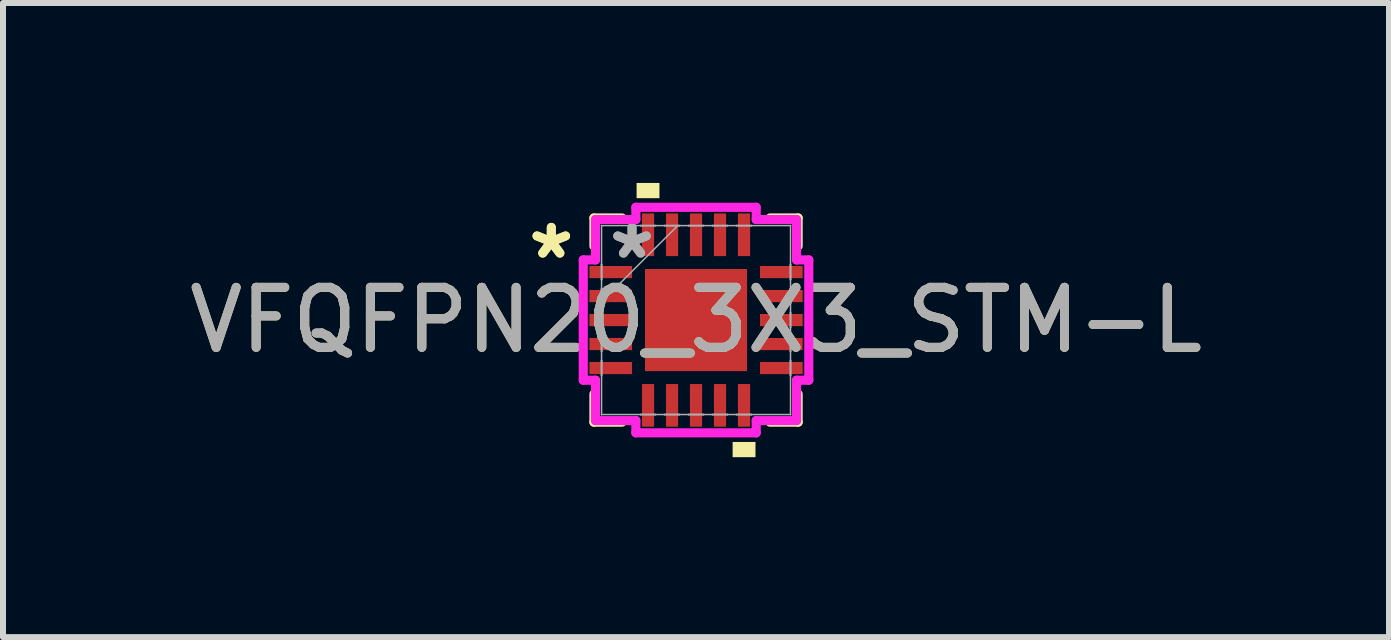
<source format=kicad_pcb>
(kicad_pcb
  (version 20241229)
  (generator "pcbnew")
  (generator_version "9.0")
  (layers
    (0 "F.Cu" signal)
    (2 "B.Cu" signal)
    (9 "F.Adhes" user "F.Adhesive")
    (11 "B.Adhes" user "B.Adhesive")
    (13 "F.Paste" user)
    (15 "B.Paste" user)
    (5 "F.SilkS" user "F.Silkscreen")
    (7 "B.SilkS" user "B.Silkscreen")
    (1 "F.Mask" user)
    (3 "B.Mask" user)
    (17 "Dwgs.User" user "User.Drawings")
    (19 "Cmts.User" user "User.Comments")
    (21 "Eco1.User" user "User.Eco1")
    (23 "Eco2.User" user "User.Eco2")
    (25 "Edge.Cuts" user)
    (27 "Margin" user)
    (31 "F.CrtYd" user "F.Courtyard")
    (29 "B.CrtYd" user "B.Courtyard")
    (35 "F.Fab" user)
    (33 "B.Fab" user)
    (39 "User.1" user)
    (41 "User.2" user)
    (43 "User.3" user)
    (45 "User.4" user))
  (footprint "VFQFPN20_3X3_STM-L"
    (layer "F.Cu")
    (at 8.554 2.286)
    (property "Reference" "VFQFPN20_3X3_STM-L" (at 0 0 0) (unlocked yes) (layer "F.SilkS") (effects (font (size 1 1) (thickness 0.15))))
    (attr smd)
    (fp_line (start -1.702 -1.702) (end -1.702 -1.234) (stroke (width 0.152) (type solid)) (layer "F.SilkS"))
    (fp_line (start -1.702 1.234) (end -1.702 1.702) (stroke (width 0.152) (type solid)) (layer "F.SilkS"))
    (fp_line (start -1.702 1.702) (end -1.234 1.702) (stroke (width 0.152) (type solid)) (layer "F.SilkS"))
    (fp_line (start -1.234 -1.702) (end -1.702 -1.702) (stroke (width 0.152) (type solid)) (layer "F.SilkS"))
    (fp_line (start 1.234 1.702) (end 1.702 1.702) (stroke (width 0.152) (type solid)) (layer "F.SilkS"))
    (fp_line (start 1.702 -1.702) (end 1.234 -1.702) (stroke (width 0.152) (type solid)) (layer "F.SilkS"))
    (fp_line (start 1.702 -1.234) (end 1.702 -1.702) (stroke (width 0.152) (type solid)) (layer "F.SilkS"))
    (fp_line (start 1.702 1.702) (end 1.702 1.234) (stroke (width 0.152) (type solid)) (layer "F.SilkS"))
    (fp_poly (pts (xy -0.991 -2.032) (xy -0.991 -2.286) (xy -0.61 -2.286) (xy -0.61 -2.032)) (stroke (width 0) (type solid)) (fill yes) (layer "F.SilkS"))
    (fp_poly (pts (xy 0.61 2.032) (xy 0.61 2.286) (xy 0.991 2.286) (xy 0.991 2.032)) (stroke (width 0) (type solid)) (fill yes) (layer "F.SilkS"))
    (fp_line (start -1.88 -1.003) (end -1.676 -1.003) (stroke (width 0.152) (type solid)) (layer "F.CrtYd"))
    (fp_line (start -1.88 1.003) (end -1.88 -1.003) (stroke (width 0.152) (type solid)) (layer "F.CrtYd"))
    (fp_line (start -1.676 -1.676) (end -1.003 -1.676) (stroke (width 0.152) (type solid)) (layer "F.CrtYd"))
    (fp_line (start -1.676 -1.003) (end -1.676 -1.676) (stroke (width 0.152) (type solid)) (layer "F.CrtYd"))
    (fp_line (start -1.676 1.003) (end -1.88 1.003) (stroke (width 0.152) (type solid)) (layer "F.CrtYd"))
    (fp_line (start -1.676 1.676) (end -1.676 1.003) (stroke (width 0.152) (type solid)) (layer "F.CrtYd"))
    (fp_line (start -1.003 -1.88) (end 1.003 -1.88) (stroke (width 0.152) (type solid)) (layer "F.CrtYd"))
    (fp_line (start -1.003 -1.676) (end -1.003 -1.88) (stroke (width 0.152) (type solid)) (layer "F.CrtYd"))
    (fp_line (start -1.003 1.676) (end -1.676 1.676) (stroke (width 0.152) (type solid)) (layer "F.CrtYd"))
    (fp_line (start -1.003 1.88) (end -1.003 1.676) (stroke (width 0.152) (type solid)) (layer "F.CrtYd"))
    (fp_line (start 1.003 -1.88) (end 1.003 -1.676) (stroke (width 0.152) (type solid)) (layer "F.CrtYd"))
    (fp_line (start 1.003 -1.676) (end 1.676 -1.676) (stroke (width 0.152) (type solid)) (layer "F.CrtYd"))
    (fp_line (start 1.003 1.676) (end 1.003 1.88) (stroke (width 0.152) (type solid)) (layer "F.CrtYd"))
    (fp_line (start 1.003 1.88) (end -1.003 1.88) (stroke (width 0.152) (type solid)) (layer "F.CrtYd"))
    (fp_line (start 1.676 -1.676) (end 1.676 -1.003) (stroke (width 0.152) (type solid)) (layer "F.CrtYd"))
    (fp_line (start 1.676 -1.003) (end 1.88 -1.003) (stroke (width 0.152) (type solid)) (layer "F.CrtYd"))
    (fp_line (start 1.676 1.003) (end 1.676 1.676) (stroke (width 0.152) (type solid)) (layer "F.CrtYd"))
    (fp_line (start 1.676 1.676) (end 1.003 1.676) (stroke (width 0.152) (type solid)) (layer "F.CrtYd"))
    (fp_line (start 1.88 -1.003) (end 1.88 1.003) (stroke (width 0.152) (type solid)) (layer "F.CrtYd"))
    (fp_line (start 1.88 1.003) (end 1.676 1.003) (stroke (width 0.152) (type solid)) (layer "F.CrtYd"))
    (fp_line (start -1.575 -1.575) (end -1.575 -1.575) (stroke (width 0.025) (type solid)) (layer "F.Fab"))
    (fp_line (start -1.575 -1.575) (end -1.575 1.575) (stroke (width 0.025) (type solid)) (layer "F.Fab"))
    (fp_line (start -1.575 -0.927) (end -1.575 -0.927) (stroke (width 0.025) (type solid)) (layer "F.Fab"))
    (fp_line (start -1.575 -0.927) (end -1.575 -0.673) (stroke (width 0.025) (type solid)) (layer "F.Fab"))
    (fp_line (start -1.575 -0.673) (end -1.575 -0.927) (stroke (width 0.025) (type solid)) (layer "F.Fab"))
    (fp_line (start -1.575 -0.673) (end -1.575 -0.673) (stroke (width 0.025) (type solid)) (layer "F.Fab"))
    (fp_line (start -1.575 -0.527) (end -1.575 -0.527) (stroke (width 0.025) (type solid)) (layer "F.Fab"))
    (fp_line (start -1.575 -0.527) (end -1.575 -0.273) (stroke (width 0.025) (type solid)) (layer "F.Fab"))
    (fp_line (start -1.575 -0.305) (end -0.305 -1.575) (stroke (width 0.025) (type solid)) (layer "F.Fab"))
    (fp_line (start -1.575 -0.273) (end -1.575 -0.527) (stroke (width 0.025) (type solid)) (layer "F.Fab"))
    (fp_line (start -1.575 -0.273) (end -1.575 -0.273) (stroke (width 0.025) (type solid)) (layer "F.Fab"))
    (fp_line (start -1.575 -0.127) (end -1.575 -0.127) (stroke (width 0.025) (type solid)) (layer "F.Fab"))
    (fp_line (start -1.575 -0.127) (end -1.575 0.127) (stroke (width 0.025) (type solid)) (layer "F.Fab"))
    (fp_line (start -1.575 0.127) (end -1.575 -0.127) (stroke (width 0.025) (type solid)) (layer "F.Fab"))
    (fp_line (start -1.575 0.127) (end -1.575 0.127) (stroke (width 0.025) (type solid)) (layer "F.Fab"))
    (fp_line (start -1.575 0.273) (end -1.575 0.273) (stroke (width 0.025) (type solid)) (layer "F.Fab"))
    (fp_line (start -1.575 0.273) (end -1.575 0.527) (stroke (width 0.025) (type solid)) (layer "F.Fab"))
    (fp_line (start -1.575 0.527) (end -1.575 0.273) (stroke (width 0.025) (type solid)) (layer "F.Fab"))
    (fp_line (start -1.575 0.527) (end -1.575 0.527) (stroke (width 0.025) (type solid)) (layer "F.Fab"))
    (fp_line (start -1.575 0.673) (end -1.575 0.673) (stroke (width 0.025) (type solid)) (layer "F.Fab"))
    (fp_line (start -1.575 0.673) (end -1.575 0.927) (stroke (width 0.025) (type solid)) (layer "F.Fab"))
    (fp_line (start -1.575 0.927) (end -1.575 0.673) (stroke (width 0.025) (type solid)) (layer "F.Fab"))
    (fp_line (start -1.575 0.927) (end -1.575 0.927) (stroke (width 0.025) (type solid)) (layer "F.Fab"))
    (fp_line (start -1.575 1.575) (end -1.575 1.575) (stroke (width 0.025) (type solid)) (layer "F.Fab"))
    (fp_line (start -1.575 1.575) (end 1.575 1.575) (stroke (width 0.025) (type solid)) (layer "F.Fab"))
    (fp_line (start -0.927 -1.575) (end -0.927 -1.575) (stroke (width 0.025) (type solid)) (layer "F.Fab"))
    (fp_line (start -0.927 -1.575) (end -0.673 -1.575) (stroke (width 0.025) (type solid)) (layer "F.Fab"))
    (fp_line (start -0.927 1.575) (end -0.927 1.575) (stroke (width 0.025) (type solid)) (layer "F.Fab"))
    (fp_line (start -0.927 1.575) (end -0.673 1.575) (stroke (width 0.025) (type solid)) (layer "F.Fab"))
    (fp_line (start -0.673 -1.575) (end -0.927 -1.575) (stroke (width 0.025) (type solid)) (layer "F.Fab"))
    (fp_line (start -0.673 -1.575) (end -0.673 -1.575) (stroke (width 0.025) (type solid)) (layer "F.Fab"))
    (fp_line (start -0.673 1.575) (end -0.927 1.575) (stroke (width 0.025) (type solid)) (layer "F.Fab"))
    (fp_line (start -0.673 1.575) (end -0.673 1.575) (stroke (width 0.025) (type solid)) (layer "F.Fab"))
    (fp_line (start -0.527 -1.575) (end -0.527 -1.575) (stroke (width 0.025) (type solid)) (layer "F.Fab"))
    (fp_line (start -0.527 -1.575) (end -0.273 -1.575) (stroke (width 0.025) (type solid)) (layer "F.Fab"))
    (fp_line (start -0.527 1.575) (end -0.527 1.575) (stroke (width 0.025) (type solid)) (layer "F.Fab"))
    (fp_line (start -0.527 1.575) (end -0.273 1.575) (stroke (width 0.025) (type solid)) (layer "F.Fab"))
    (fp_line (start -0.273 -1.575) (end -0.527 -1.575) (stroke (width 0.025) (type solid)) (layer "F.Fab"))
    (fp_line (start -0.273 -1.575) (end -0.273 -1.575) (stroke (width 0.025) (type solid)) (layer "F.Fab"))
    (fp_line (start -0.273 1.575) (end -0.527 1.575) (stroke (width 0.025) (type solid)) (layer "F.Fab"))
    (fp_line (start -0.273 1.575) (end -0.273 1.575) (stroke (width 0.025) (type solid)) (layer "F.Fab"))
    (fp_line (start -0.127 -1.575) (end -0.127 -1.575) (stroke (width 0.025) (type solid)) (layer "F.Fab"))
    (fp_line (start -0.127 -1.575) (end 0.127 -1.575) (stroke (width 0.025) (type solid)) (layer "F.Fab"))
    (fp_line (start -0.127 1.575) (end -0.127 1.575) (stroke (width 0.025) (type solid)) (layer "F.Fab"))
    (fp_line (start -0.127 1.575) (end 0.127 1.575) (stroke (width 0.025) (type solid)) (layer "F.Fab"))
    (fp_line (start 0.127 -1.575) (end -0.127 -1.575) (stroke (width 0.025) (type solid)) (layer "F.Fab"))
    (fp_line (start 0.127 -1.575) (end 0.127 -1.575) (stroke (width 0.025) (type solid)) (layer "F.Fab"))
    (fp_line (start 0.127 1.575) (end -0.127 1.575) (stroke (width 0.025) (type solid)) (layer "F.Fab"))
    (fp_line (start 0.127 1.575) (end 0.127 1.575) (stroke (width 0.025) (type solid)) (layer "F.Fab"))
    (fp_line (start 0.273 -1.575) (end 0.273 -1.575) (stroke (width 0.025) (type solid)) (layer "F.Fab"))
    (fp_line (start 0.273 -1.575) (end 0.527 -1.575) (stroke (width 0.025) (type solid)) (layer "F.Fab"))
    (fp_line (start 0.273 1.575) (end 0.273 1.575) (stroke (width 0.025) (type solid)) (layer "F.Fab"))
    (fp_line (start 0.273 1.575) (end 0.527 1.575) (stroke (width 0.025) (type solid)) (layer "F.Fab"))
    (fp_line (start 0.527 -1.575) (end 0.273 -1.575) (stroke (width 0.025) (type solid)) (layer "F.Fab"))
    (fp_line (start 0.527 -1.575) (end 0.527 -1.575) (stroke (width 0.025) (type solid)) (layer "F.Fab"))
    (fp_line (start 0.527 1.575) (end 0.273 1.575) (stroke (width 0.025) (type solid)) (layer "F.Fab"))
    (fp_line (start 0.527 1.575) (end 0.527 1.575) (stroke (width 0.025) (type solid)) (layer "F.Fab"))
    (fp_line (start 0.673 -1.575) (end 0.673 -1.575) (stroke (width 0.025) (type solid)) (layer "F.Fab"))
    (fp_line (start 0.673 -1.575) (end 0.927 -1.575) (stroke (width 0.025) (type solid)) (layer "F.Fab"))
    (fp_line (start 0.673 1.575) (end 0.673 1.575) (stroke (width 0.025) (type solid)) (layer "F.Fab"))
    (fp_line (start 0.673 1.575) (end 0.927 1.575) (stroke (width 0.025) (type solid)) (layer "F.Fab"))
    (fp_line (start 0.927 -1.575) (end 0.673 -1.575) (stroke (width 0.025) (type solid)) (layer "F.Fab"))
    (fp_line (start 0.927 -1.575) (end 0.927 -1.575) (stroke (width 0.025) (type solid)) (layer "F.Fab"))
    (fp_line (start 0.927 1.575) (end 0.673 1.575) (stroke (width 0.025) (type solid)) (layer "F.Fab"))
    (fp_line (start 0.927 1.575) (end 0.927 1.575) (stroke (width 0.025) (type solid)) (layer "F.Fab"))
    (fp_line (start 1.575 -1.575) (end -1.575 -1.575) (stroke (width 0.025) (type solid)) (layer "F.Fab"))
    (fp_line (start 1.575 -1.575) (end 1.575 -1.575) (stroke (width 0.025) (type solid)) (layer "F.Fab"))
    (fp_line (start 1.575 -0.927) (end 1.575 -0.927) (stroke (width 0.025) (type solid)) (layer "F.Fab"))
    (fp_line (start 1.575 -0.927) (end 1.575 -0.673) (stroke (width 0.025) (type solid)) (layer "F.Fab"))
    (fp_line (start 1.575 -0.673) (end 1.575 -0.927) (stroke (width 0.025) (type solid)) (layer "F.Fab"))
    (fp_line (start 1.575 -0.673) (end 1.575 -0.673) (stroke (width 0.025) (type solid)) (layer "F.Fab"))
    (fp_line (start 1.575 -0.527) (end 1.575 -0.527) (stroke (width 0.025) (type solid)) (layer "F.Fab"))
    (fp_line (start 1.575 -0.527) (end 1.575 -0.273) (stroke (width 0.025) (type solid)) (layer "F.Fab"))
    (fp_line (start 1.575 -0.273) (end 1.575 -0.527) (stroke (width 0.025) (type solid)) (layer "F.Fab"))
    (fp_line (start 1.575 -0.273) (end 1.575 -0.273) (stroke (width 0.025) (type solid)) (layer "F.Fab"))
    (fp_line (start 1.575 -0.127) (end 1.575 -0.127) (stroke (width 0.025) (type solid)) (layer "F.Fab"))
    (fp_line (start 1.575 -0.127) (end 1.575 0.127) (stroke (width 0.025) (type solid)) (layer "F.Fab"))
    (fp_line (start 1.575 0.127) (end 1.575 -0.127) (stroke (width 0.025) (type solid)) (layer "F.Fab"))
    (fp_line (start 1.575 0.127) (end 1.575 0.127) (stroke (width 0.025) (type solid)) (layer "F.Fab"))
    (fp_line (start 1.575 0.273) (end 1.575 0.273) (stroke (width 0.025) (type solid)) (layer "F.Fab"))
    (fp_line (start 1.575 0.273) (end 1.575 0.527) (stroke (width 0.025) (type solid)) (layer "F.Fab"))
    (fp_line (start 1.575 0.527) (end 1.575 0.273) (stroke (width 0.025) (type solid)) (layer "F.Fab"))
    (fp_line (start 1.575 0.527) (end 1.575 0.527) (stroke (width 0.025) (type solid)) (layer "F.Fab"))
    (fp_line (start 1.575 0.673) (end 1.575 0.673) (stroke (width 0.025) (type solid)) (layer "F.Fab"))
    (fp_line (start 1.575 0.673) (end 1.575 0.927) (stroke (width 0.025) (type solid)) (layer "F.Fab"))
    (fp_line (start 1.575 0.927) (end 1.575 0.673) (stroke (width 0.025) (type solid)) (layer "F.Fab"))
    (fp_line (start 1.575 0.927) (end 1.575 0.927) (stroke (width 0.025) (type solid)) (layer "F.Fab"))
    (fp_line (start 1.575 1.575) (end 1.575 -1.575) (stroke (width 0.025) (type solid)) (layer "F.Fab"))
    (fp_line (start 1.575 1.575) (end 1.575 1.575) (stroke (width 0.025) (type solid)) (layer "F.Fab"))
    (fp_text user "*" (at -2.413 -1 0) (unlocked yes) (layer "F.SilkS") (effects (font (size 1 1) (thickness 0.15))))
    (fp_text user "*" (at -2.413 -1 0) (layer "F.SilkS") (effects (font (size 1 1) (thickness 0.15))))
    (fp_text user "${REFERENCE}" (at 0 0 0) (unlocked yes) (layer "F.Fab") (effects (font (size 1 1) (thickness 0.15))))
    (fp_text user "*" (at -1.067 -1 0) (layer "F.Fab") (effects (font (size 1 1) (thickness 0.15))))
    (fp_text user "*" (at -1.067 -1 0) (unlocked yes) (layer "F.Fab") (effects (font (size 1 1) (thickness 0.15))))
    (pad "1" smd rect (at -1.422 -0.8 90) (size 0.203 0.711) (layers "F.Cu" "F.Mask" "F.Paste"))
    (pad "2" smd rect (at -1.422 -0.4 90) (size 0.203 0.711) (layers "F.Cu" "F.Mask" "F.Paste"))
    (pad "3" smd rect (at -1.422 0 90) (size 0.203 0.711) (layers "F.Cu" "F.Mask" "F.Paste"))
    (pad "4" smd rect (at -1.422 0.4 90) (size 0.203 0.711) (layers "F.Cu" "F.Mask" "F.Paste"))
    (pad "5" smd rect (at -1.422 0.8 90) (size 0.203 0.711) (layers "F.Cu" "F.Mask" "F.Paste"))
    (pad "6" smd rect (at -0.8 1.422) (size 0.203 0.711) (layers "F.Cu" "F.Mask" "F.Paste"))
    (pad "7" smd rect (at -0.4 1.422) (size 0.203 0.711) (layers "F.Cu" "F.Mask" "F.Paste"))
    (pad "8" smd rect (at 0 1.422) (size 0.203 0.711) (layers "F.Cu" "F.Mask" "F.Paste"))
    (pad "9" smd rect (at 0.4 1.422) (size 0.203 0.711) (layers "F.Cu" "F.Mask" "F.Paste"))
    (pad "10" smd rect (at 0.8 1.422) (size 0.203 0.711) (layers "F.Cu" "F.Mask" "F.Paste"))
    (pad "11" smd rect (at 1.422 0.8 90) (size 0.203 0.711) (layers "F.Cu" "F.Mask" "F.Paste"))
    (pad "12" smd rect (at 1.422 0.4 90) (size 0.203 0.711) (layers "F.Cu" "F.Mask" "F.Paste"))
    (pad "13" smd rect (at 1.422 0 90) (size 0.203 0.711) (layers "F.Cu" "F.Mask" "F.Paste"))
    (pad "14" smd rect (at 1.422 -0.4 90) (size 0.203 0.711) (layers "F.Cu" "F.Mask" "F.Paste"))
    (pad "15" smd rect (at 1.422 -0.8 90) (size 0.203 0.711) (layers "F.Cu" "F.Mask" "F.Paste"))
    (pad "16" smd rect (at 0.8 -1.422) (size 0.203 0.711) (layers "F.Cu" "F.Mask" "F.Paste"))
    (pad "17" smd rect (at 0.4 -1.422) (size 0.203 0.711) (layers "F.Cu" "F.Mask" "F.Paste"))
    (pad "18" smd rect (at 0 -1.422) (size 0.203 0.711) (layers "F.Cu" "F.Mask" "F.Paste"))
    (pad "19" smd rect (at -0.4 -1.422) (size 0.203 0.711) (layers "F.Cu" "F.Mask" "F.Paste"))
    (pad "20" smd rect (at -0.8 -1.422) (size 0.203 0.711) (layers "F.Cu" "F.Mask" "F.Paste"))
    (pad "21" smd rect (at 0 0) (size 1.702 1.702) (layers "F.Cu" "F.Mask" "F.Paste")))
  (gr_rect
    (start -3 -3)
    (end 20.107 7.572)
    (stroke (width 0.1) (type default))
    (fill no)
    (layer "Edge.Cuts")))
</source>
